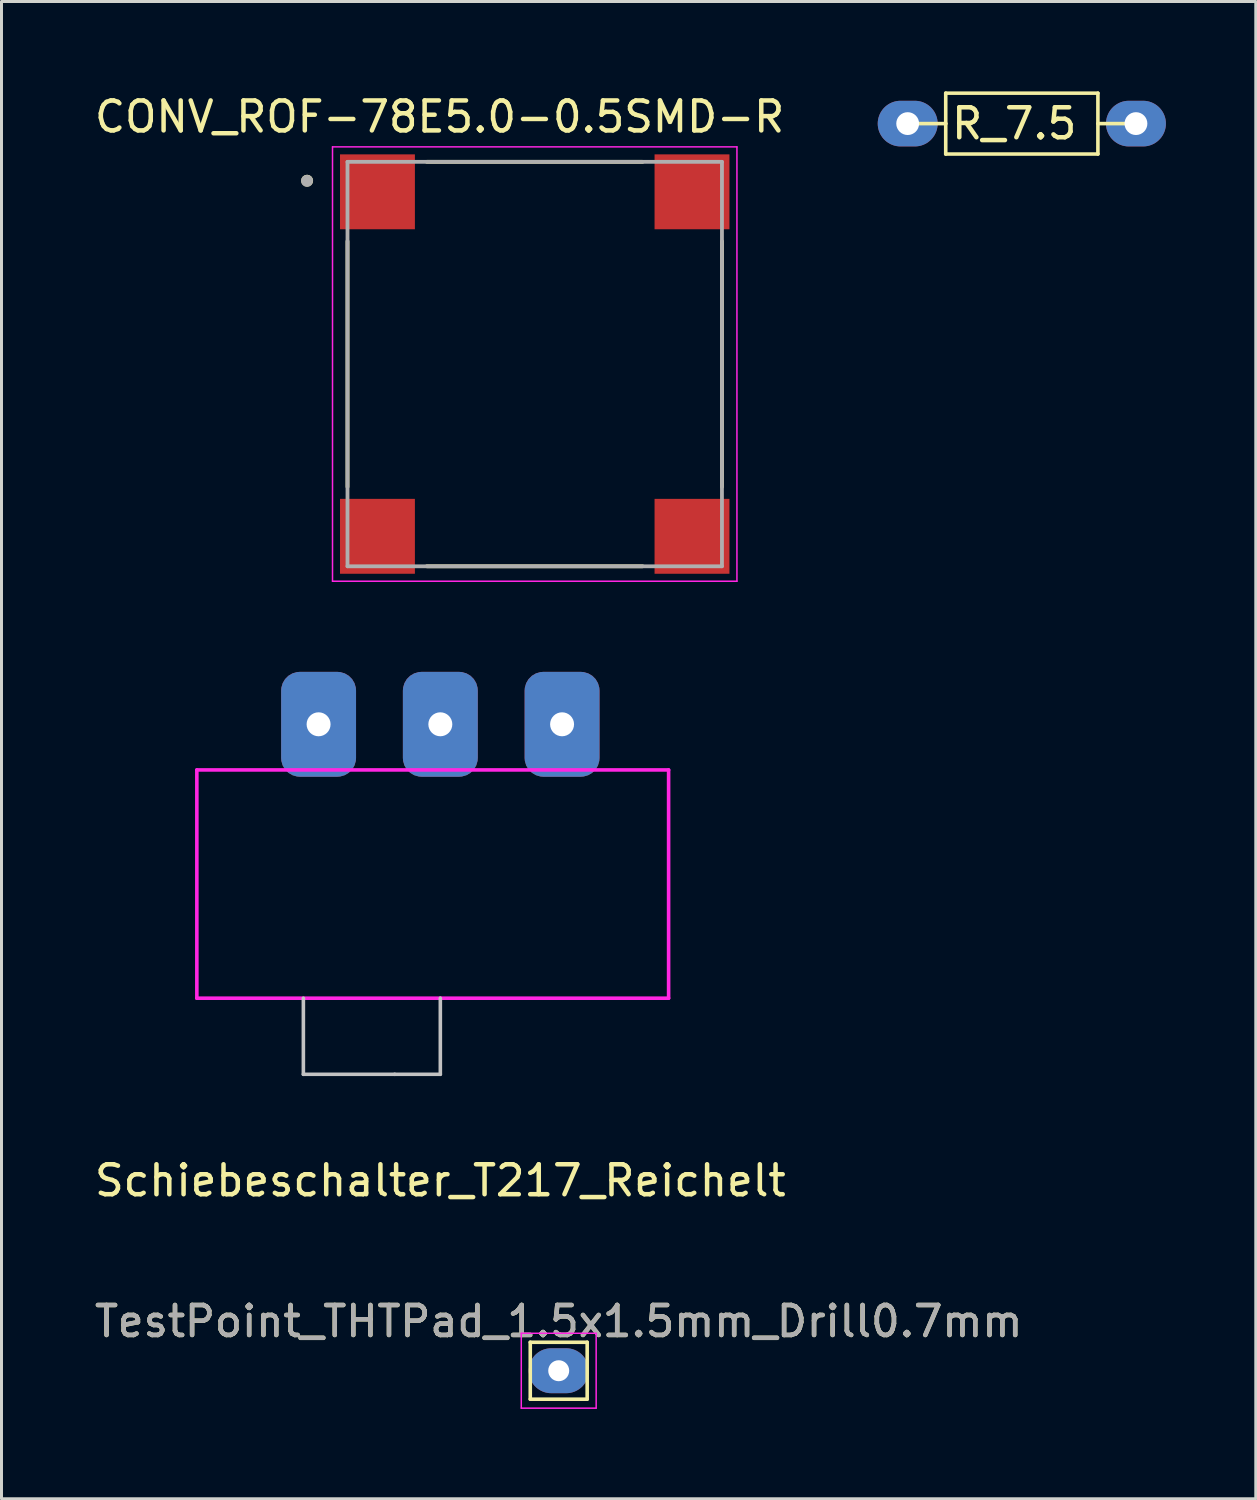
<source format=kicad_pcb>
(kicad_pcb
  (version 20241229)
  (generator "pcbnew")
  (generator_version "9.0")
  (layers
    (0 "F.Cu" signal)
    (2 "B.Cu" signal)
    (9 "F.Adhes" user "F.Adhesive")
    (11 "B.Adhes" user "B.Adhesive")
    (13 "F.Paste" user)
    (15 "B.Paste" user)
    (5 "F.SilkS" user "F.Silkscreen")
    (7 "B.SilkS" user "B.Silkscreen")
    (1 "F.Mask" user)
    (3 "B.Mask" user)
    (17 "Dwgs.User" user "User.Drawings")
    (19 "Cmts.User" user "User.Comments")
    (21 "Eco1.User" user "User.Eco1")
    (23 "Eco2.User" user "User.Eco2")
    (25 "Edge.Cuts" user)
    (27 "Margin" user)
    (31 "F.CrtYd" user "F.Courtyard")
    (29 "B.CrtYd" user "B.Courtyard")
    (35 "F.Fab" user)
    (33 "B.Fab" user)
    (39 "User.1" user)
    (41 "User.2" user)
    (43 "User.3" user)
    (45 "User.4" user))
  (footprint "R_7.5"
    (layer "F.Cu")
    (at 27.25 1.076)
    (property "Reference" "R_7.5" (at 3.556 0 0) (layer "F.SilkS") (effects (font (size 1 1) (thickness 0.15))))
    (attr through_hole)
    (fp_line (start 0 0) (end 1.27 0) (stroke (width 0.12) (type solid)) (layer "F.SilkS"))
    (fp_line (start 1.27 -1.016) (end 6.35 -1.016) (stroke (width 0.12) (type solid)) (layer "F.SilkS"))
    (fp_line (start 1.27 0) (end 1.27 -1.016) (stroke (width 0.12) (type solid)) (layer "F.SilkS"))
    (fp_line (start 1.27 1.016) (end 1.27 0) (stroke (width 0.12) (type solid)) (layer "F.SilkS"))
    (fp_line (start 6.35 -1.016) (end 6.35 1.016) (stroke (width 0.12) (type solid)) (layer "F.SilkS"))
    (fp_line (start 6.35 1.016) (end 1.27 1.016) (stroke (width 0.12) (type solid)) (layer "F.SilkS"))
    (fp_line (start 7.62 0) (end 6.35 0) (stroke (width 0.12) (type solid)) (layer "F.SilkS"))
    (pad "1" thru_hole oval (at 0 0) (size 2 1.524) (drill 0.762) (layers "*.Cu" "*.Mask"))
    (pad "2" thru_hole oval (at 7.62 0) (size 2 1.524) (drill 0.762) (layers "*.Cu" "*.Mask")))
  (footprint "Schiebeschalter_T217_Reichelt"
    (layer "F.Cu")
    (at 11.649 30.272)
    (property "Reference" "Schiebeschalter_T217_Reichelt" (at 0 6.088 0) (layer "F.SilkS") (effects (font (size 1 1) (thickness 0.15))))
    (attr through_hole)
    (fp_line (start -4.572 0) (end -4.572 2.54) (stroke (width 0.12) (type solid)) (layer "Dwgs.User"))
    (fp_line (start -4.572 2.54) (end -1.524 2.54) (stroke (width 0.12) (type solid)) (layer "Dwgs.User"))
    (fp_line (start -1.524 2.54) (end 0 2.54) (stroke (width 0.12) (type solid)) (layer "Dwgs.User"))
    (fp_line (start 0 2.54) (end 0 0) (stroke (width 0.12) (type solid)) (layer "Dwgs.User"))
    (fp_line (start -8.128 -7.62) (end 7.62 -7.62) (stroke (width 0.12) (type solid)) (layer "F.CrtYd"))
    (fp_line (start -8.128 0) (end -8.128 -7.62) (stroke (width 0.12) (type solid)) (layer "F.CrtYd"))
    (fp_line (start 0 0) (end -8.128 0) (stroke (width 0.12) (type solid)) (layer "F.CrtYd"))
    (fp_line (start 7.62 -7.62) (end 7.62 0) (stroke (width 0.12) (type solid)) (layer "F.CrtYd"))
    (fp_line (start 7.62 0) (end 0 0) (stroke (width 0.12) (type solid)) (layer "F.CrtYd"))
    (pad "1" thru_hole roundrect (at -4.064 -9.144) (size 2.5 3.5) (drill 0.8) (layers "*.Cu" "*.Mask") (roundrect_rratio 0.25))
    (pad "2" thru_hole roundrect (at 0 -9.144) (size 2.5 3.5) (drill 0.8) (layers "*.Cu" "*.Mask") (roundrect_rratio 0.25))
    (pad "3" thru_hole roundrect (at 4.064 -9.144) (size 2.5 3.5) (drill 0.8) (layers "*.Cu" "*.Mask") (roundrect_rratio 0.25)))
  (footprint "CONV_ROF-78E5.0-0.5SMD-R"
    (layer "F.Cu")
    (at 14.8 9.103)
    (property "Reference" "CONV_ROF-78E5.0-0.5SMD-R" (at -3.175 -8.255 0) (layer "F.SilkS") (effects (font (size 1 1) (thickness 0.15))))
    (attr through_hole)
    (fp_line (start -6.25 4.1) (end -6.25 -4.1) (stroke (width 0.127) (type solid)) (layer "F.SilkS"))
    (fp_line (start -3.6 -6.75) (end 3.6 -6.75) (stroke (width 0.127) (type solid)) (layer "F.SilkS"))
    (fp_line (start 3.6 6.75) (end -3.6 6.75) (stroke (width 0.127) (type solid)) (layer "F.SilkS"))
    (fp_line (start 6.25 -4.1) (end 6.25 4.1) (stroke (width 0.127) (type solid)) (layer "F.SilkS"))
    (fp_circle (center -7.598 -6.121) (end -7.498 -6.121) (stroke (width 0.2) (type solid)) (fill no) (layer "F.SilkS"))
    (fp_line (start -6.75 -7.25) (end -6.75 7.25) (stroke (width 0.05) (type solid)) (layer "F.CrtYd"))
    (fp_line (start -6.75 7.25) (end 6.75 7.25) (stroke (width 0.05) (type solid)) (layer "F.CrtYd"))
    (fp_line (start 6.75 -7.25) (end -6.75 -7.25) (stroke (width 0.05) (type solid)) (layer "F.CrtYd"))
    (fp_line (start 6.75 7.25) (end 6.75 -7.25) (stroke (width 0.05) (type solid)) (layer "F.CrtYd"))
    (fp_line (start -6.25 -6.75) (end 6.25 -6.75) (stroke (width 0.127) (type solid)) (layer "F.Fab"))
    (fp_line (start -6.25 6.75) (end -6.25 -6.75) (stroke (width 0.127) (type solid)) (layer "F.Fab"))
    (fp_line (start 6.25 -6.75) (end 6.25 6.75) (stroke (width 0.127) (type solid)) (layer "F.Fab"))
    (fp_line (start 6.25 6.75) (end -6.25 6.75) (stroke (width 0.127) (type solid)) (layer "F.Fab"))
    (fp_circle (center -7.601 -6.116) (end -7.501 -6.116) (stroke (width 0.2) (type solid)) (fill no) (layer "F.Fab"))
    (pad "1" smd rect (at -5.25 -5.75) (size 2.5 2.5) (layers "F.Cu" "F.Mask" "F.Paste"))
    (pad "2" smd rect (at 5.25 -5.75) (size 2.5 2.5) (layers "F.Cu" "F.Mask" "F.Paste"))
    (pad "3" smd rect (at 5.25 5.75) (size 2.5 2.5) (layers "F.Cu" "F.Mask" "F.Paste"))
    (pad "4" smd rect (at -5.25 5.75) (size 2.5 2.5) (layers "F.Cu" "F.Mask" "F.Paste")))
  (footprint "TestPoint_THTPad_1.5x1.5mm_Drill0.7mm"
    (layer "F.Cu")
    (at 15.601 42.707)
    (property "Reference" "TestPoint_THTPad_1.5x1.5mm_Drill0.7mm" (at 0 -1.648 0) (layer "F.SilkS") (effects (font (size 1 1) (thickness 0.15))))
    (attr exclude_from_pos_files exclude_from_bom)
    (fp_line (start -0.95 -0.95) (end 0.95 -0.95) (stroke (width 0.12) (type solid)) (layer "F.SilkS"))
    (fp_line (start -0.95 0.95) (end -0.95 -0.95) (stroke (width 0.12) (type solid)) (layer "F.SilkS"))
    (fp_line (start 0.95 -0.95) (end 0.95 0.95) (stroke (width 0.12) (type solid)) (layer "F.SilkS"))
    (fp_line (start 0.95 0.95) (end -0.95 0.95) (stroke (width 0.12) (type solid)) (layer "F.SilkS"))
    (fp_line (start -1.25 -1.25) (end -1.25 1.25) (stroke (width 0.05) (type solid)) (layer "F.CrtYd"))
    (fp_line (start -1.25 -1.25) (end 1.25 -1.25) (stroke (width 0.05) (type solid)) (layer "F.CrtYd"))
    (fp_line (start 1.25 1.25) (end -1.25 1.25) (stroke (width 0.05) (type solid)) (layer "F.CrtYd"))
    (fp_line (start 1.25 1.25) (end 1.25 -1.25) (stroke (width 0.05) (type solid)) (layer "F.CrtYd"))
    (fp_text user "${REFERENCE}" (at 0 -1.65 0) (layer "F.Fab") (effects (font (size 1 1) (thickness 0.15))))
    (pad "1" thru_hole oval (at 0 0) (size 2 1.5) (drill 0.7) (layers "*.Cu" "*.Mask")))
  (gr_rect
    (start -3 -3)
    (end 38.87 46.982)
    (stroke (width 0.1) (type default))
    (fill no)
    (layer "Edge.Cuts")))
</source>
